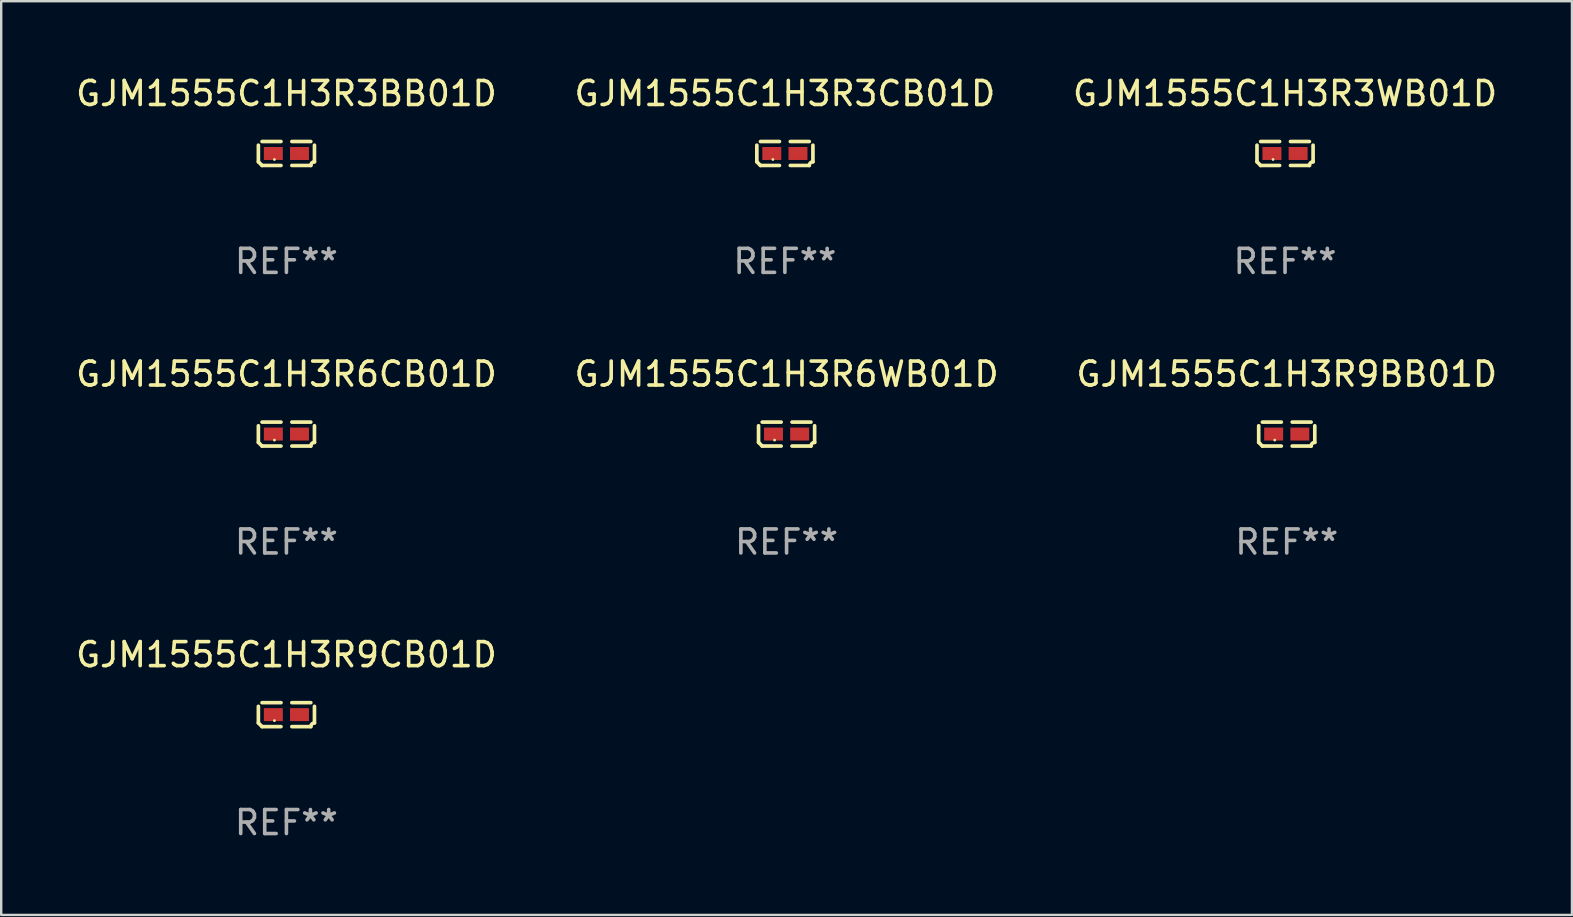
<source format=kicad_pcb>
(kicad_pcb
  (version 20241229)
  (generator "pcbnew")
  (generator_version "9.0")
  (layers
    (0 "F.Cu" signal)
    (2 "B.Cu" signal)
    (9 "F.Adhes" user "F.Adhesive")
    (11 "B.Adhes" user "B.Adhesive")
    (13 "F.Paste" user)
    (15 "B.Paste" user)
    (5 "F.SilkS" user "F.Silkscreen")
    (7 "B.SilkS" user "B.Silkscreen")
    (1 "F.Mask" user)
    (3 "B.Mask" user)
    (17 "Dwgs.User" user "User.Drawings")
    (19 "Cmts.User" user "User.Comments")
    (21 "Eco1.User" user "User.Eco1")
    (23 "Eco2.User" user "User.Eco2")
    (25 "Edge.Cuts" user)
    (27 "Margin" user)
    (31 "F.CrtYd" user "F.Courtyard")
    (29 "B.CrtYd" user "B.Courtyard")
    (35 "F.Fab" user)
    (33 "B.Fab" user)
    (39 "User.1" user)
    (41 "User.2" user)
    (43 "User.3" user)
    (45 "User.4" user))
  (footprint "GJM1555C1H3R9BB01D"
    (layer "F.Cu")
    (at 50.577 15.041)
    (property "Reference" "GJM1555C1H3R9BB01D" (at 0 -2.499 0) (layer "F.SilkS") (effects (font (size 1 1) (thickness 0.15))))
    (attr through_hole)
    (fp_line (start -1.169 0.346) (end -1.169 -0.346) (stroke (width 0.152) (type solid)) (layer "F.SilkS"))
    (fp_line (start -1.016 -0.499) (end -0.226 -0.499) (stroke (width 0.152) (type solid)) (layer "F.SilkS"))
    (fp_line (start -0.226 0.499) (end -1.016 0.499) (stroke (width 0.152) (type solid)) (layer "F.SilkS"))
    (fp_line (start 0.226 0.499) (end 1.016 0.499) (stroke (width 0.152) (type solid)) (layer "F.SilkS"))
    (fp_line (start 1.016 -0.499) (end 0.226 -0.499) (stroke (width 0.152) (type solid)) (layer "F.SilkS"))
    (fp_line (start 1.169 0.346) (end 1.169 -0.346) (stroke (width 0.152) (type solid)) (layer "F.SilkS"))
    (fp_arc (start -1.016307 0.498603) (mid -1.092512 0.422405) (end -1.16871 0.3462) (stroke (width 0.1524) (type solid)) (layer "F.SilkS"))
    (fp_arc (start 1.016307 0.498603) (mid 1.060899 0.390758) (end 1.168707 0.346076) (stroke (width 0.1524) (type solid)) (layer "F.SilkS"))
    (fp_circle (center -0.5 0.25) (end -0.47 0.25) (stroke (width 0.06) (type solid)) (fill no) (layer "F.SilkS"))
    (fp_text user "REF**" (at 0 4.499 0) (layer "F.Fab") (effects (font (size 1 1) (thickness 0.15))))
    (pad "1" smd rect (at -0.545 0) (size 0.79 0.54) (layers "F.Cu" "F.Mask" "F.Paste"))
    (pad "2" smd rect (at 0.545 0) (size 0.79 0.54) (layers "F.Cu" "F.Mask" "F.Paste")))
  (footprint "GJM1555C1H3R3CB01D"
    (layer "F.Cu")
    (at 29.661 3.347)
    (property "Reference" "GJM1555C1H3R3CB01D" (at 0 -2.499 0) (layer "F.SilkS") (effects (font (size 1 1) (thickness 0.15))))
    (attr through_hole)
    (fp_line (start -1.169 0.346) (end -1.169 -0.346) (stroke (width 0.152) (type solid)) (layer "F.SilkS"))
    (fp_line (start -1.016 -0.499) (end -0.226 -0.499) (stroke (width 0.152) (type solid)) (layer "F.SilkS"))
    (fp_line (start -0.226 0.499) (end -1.016 0.499) (stroke (width 0.152) (type solid)) (layer "F.SilkS"))
    (fp_line (start 0.226 0.499) (end 1.016 0.499) (stroke (width 0.152) (type solid)) (layer "F.SilkS"))
    (fp_line (start 1.016 -0.499) (end 0.226 -0.499) (stroke (width 0.152) (type solid)) (layer "F.SilkS"))
    (fp_line (start 1.169 0.346) (end 1.169 -0.346) (stroke (width 0.152) (type solid)) (layer "F.SilkS"))
    (fp_arc (start -1.016307 0.498603) (mid -1.092512 0.422405) (end -1.16871 0.3462) (stroke (width 0.1524) (type solid)) (layer "F.SilkS"))
    (fp_arc (start 1.016307 0.498603) (mid 1.060899 0.390758) (end 1.168707 0.346076) (stroke (width 0.1524) (type solid)) (layer "F.SilkS"))
    (fp_circle (center -0.5 0.25) (end -0.47 0.25) (stroke (width 0.06) (type solid)) (fill no) (layer "F.SilkS"))
    (fp_text user "REF**" (at 0 4.499 0) (layer "F.Fab") (effects (font (size 1 1) (thickness 0.15))))
    (pad "1" smd rect (at -0.545 0) (size 0.79 0.54) (layers "F.Cu" "F.Mask" "F.Paste"))
    (pad "2" smd rect (at 0.545 0) (size 0.79 0.54) (layers "F.Cu" "F.Mask" "F.Paste")))
  (footprint "GJM1555C1H3R3WB01D"
    (layer "F.Cu")
    (at 50.506 3.347)
    (property "Reference" "GJM1555C1H3R3WB01D" (at 0 -2.499 0) (layer "F.SilkS") (effects (font (size 1 1) (thickness 0.15))))
    (attr through_hole)
    (fp_line (start -1.169 0.346) (end -1.169 -0.346) (stroke (width 0.152) (type solid)) (layer "F.SilkS"))
    (fp_line (start -1.016 -0.499) (end -0.226 -0.499) (stroke (width 0.152) (type solid)) (layer "F.SilkS"))
    (fp_line (start -0.226 0.499) (end -1.016 0.499) (stroke (width 0.152) (type solid)) (layer "F.SilkS"))
    (fp_line (start 0.226 0.499) (end 1.016 0.499) (stroke (width 0.152) (type solid)) (layer "F.SilkS"))
    (fp_line (start 1.016 -0.499) (end 0.226 -0.499) (stroke (width 0.152) (type solid)) (layer "F.SilkS"))
    (fp_line (start 1.169 0.346) (end 1.169 -0.346) (stroke (width 0.152) (type solid)) (layer "F.SilkS"))
    (fp_arc (start -1.016307 0.498603) (mid -1.092512 0.422405) (end -1.16871 0.3462) (stroke (width 0.1524) (type solid)) (layer "F.SilkS"))
    (fp_arc (start 1.016307 0.498603) (mid 1.060899 0.390758) (end 1.168707 0.346076) (stroke (width 0.1524) (type solid)) (layer "F.SilkS"))
    (fp_circle (center -0.5 0.25) (end -0.47 0.25) (stroke (width 0.06) (type solid)) (fill no) (layer "F.SilkS"))
    (fp_text user "REF**" (at 0 4.499 0) (layer "F.Fab") (effects (font (size 1 1) (thickness 0.15))))
    (pad "1" smd rect (at -0.545 0) (size 0.79 0.54) (layers "F.Cu" "F.Mask" "F.Paste"))
    (pad "2" smd rect (at 0.545 0) (size 0.79 0.54) (layers "F.Cu" "F.Mask" "F.Paste")))
  (footprint "GJM1555C1H3R3BB01D"
    (layer "F.Cu")
    (at 8.887 3.347)
    (property "Reference" "GJM1555C1H3R3BB01D" (at 0 -2.499 0) (layer "F.SilkS") (effects (font (size 1 1) (thickness 0.15))))
    (attr through_hole)
    (fp_line (start -1.169 0.346) (end -1.169 -0.346) (stroke (width 0.152) (type solid)) (layer "F.SilkS"))
    (fp_line (start -1.016 -0.499) (end -0.226 -0.499) (stroke (width 0.152) (type solid)) (layer "F.SilkS"))
    (fp_line (start -0.226 0.499) (end -1.016 0.499) (stroke (width 0.152) (type solid)) (layer "F.SilkS"))
    (fp_line (start 0.226 0.499) (end 1.016 0.499) (stroke (width 0.152) (type solid)) (layer "F.SilkS"))
    (fp_line (start 1.016 -0.499) (end 0.226 -0.499) (stroke (width 0.152) (type solid)) (layer "F.SilkS"))
    (fp_line (start 1.169 0.346) (end 1.169 -0.346) (stroke (width 0.152) (type solid)) (layer "F.SilkS"))
    (fp_arc (start -1.016307 0.498603) (mid -1.092512 0.422405) (end -1.16871 0.3462) (stroke (width 0.1524) (type solid)) (layer "F.SilkS"))
    (fp_arc (start 1.016307 0.498603) (mid 1.060899 0.390758) (end 1.168707 0.346076) (stroke (width 0.1524) (type solid)) (layer "F.SilkS"))
    (fp_circle (center -0.5 0.25) (end -0.47 0.25) (stroke (width 0.06) (type solid)) (fill no) (layer "F.SilkS"))
    (fp_text user "REF**" (at 0 4.499 0) (layer "F.Fab") (effects (font (size 1 1) (thickness 0.15))))
    (pad "1" smd rect (at -0.545 0) (size 0.79 0.54) (layers "F.Cu" "F.Mask" "F.Paste"))
    (pad "2" smd rect (at 0.545 0) (size 0.79 0.54) (layers "F.Cu" "F.Mask" "F.Paste")))
  (footprint "GJM1555C1H3R6CB01D"
    (layer "F.Cu")
    (at 8.887 15.041)
    (property "Reference" "GJM1555C1H3R6CB01D" (at 0 -2.499 0) (layer "F.SilkS") (effects (font (size 1 1) (thickness 0.15))))
    (attr through_hole)
    (fp_line (start -1.169 0.346) (end -1.169 -0.346) (stroke (width 0.152) (type solid)) (layer "F.SilkS"))
    (fp_line (start -1.016 -0.499) (end -0.226 -0.499) (stroke (width 0.152) (type solid)) (layer "F.SilkS"))
    (fp_line (start -0.226 0.499) (end -1.016 0.499) (stroke (width 0.152) (type solid)) (layer "F.SilkS"))
    (fp_line (start 0.226 0.499) (end 1.016 0.499) (stroke (width 0.152) (type solid)) (layer "F.SilkS"))
    (fp_line (start 1.016 -0.499) (end 0.226 -0.499) (stroke (width 0.152) (type solid)) (layer "F.SilkS"))
    (fp_line (start 1.169 0.346) (end 1.169 -0.346) (stroke (width 0.152) (type solid)) (layer "F.SilkS"))
    (fp_arc (start -1.016307 0.498603) (mid -1.092512 0.422405) (end -1.16871 0.3462) (stroke (width 0.1524) (type solid)) (layer "F.SilkS"))
    (fp_arc (start 1.016307 0.498603) (mid 1.060899 0.390758) (end 1.168707 0.346076) (stroke (width 0.1524) (type solid)) (layer "F.SilkS"))
    (fp_circle (center -0.5 0.25) (end -0.47 0.25) (stroke (width 0.06) (type solid)) (fill no) (layer "F.SilkS"))
    (fp_text user "REF**" (at 0 4.499 0) (layer "F.Fab") (effects (font (size 1 1) (thickness 0.15))))
    (pad "1" smd rect (at -0.545 0) (size 0.79 0.54) (layers "F.Cu" "F.Mask" "F.Paste"))
    (pad "2" smd rect (at 0.545 0) (size 0.79 0.54) (layers "F.Cu" "F.Mask" "F.Paste")))
  (footprint "GJM1555C1H3R6WB01D"
    (layer "F.Cu")
    (at 29.732 15.041)
    (property "Reference" "GJM1555C1H3R6WB01D" (at 0 -2.499 0) (layer "F.SilkS") (effects (font (size 1 1) (thickness 0.15))))
    (attr through_hole)
    (fp_line (start -1.169 0.346) (end -1.169 -0.346) (stroke (width 0.152) (type solid)) (layer "F.SilkS"))
    (fp_line (start -1.016 -0.499) (end -0.226 -0.499) (stroke (width 0.152) (type solid)) (layer "F.SilkS"))
    (fp_line (start -0.226 0.499) (end -1.016 0.499) (stroke (width 0.152) (type solid)) (layer "F.SilkS"))
    (fp_line (start 0.226 0.499) (end 1.016 0.499) (stroke (width 0.152) (type solid)) (layer "F.SilkS"))
    (fp_line (start 1.016 -0.499) (end 0.226 -0.499) (stroke (width 0.152) (type solid)) (layer "F.SilkS"))
    (fp_line (start 1.169 0.346) (end 1.169 -0.346) (stroke (width 0.152) (type solid)) (layer "F.SilkS"))
    (fp_arc (start -1.016307 0.498603) (mid -1.092512 0.422405) (end -1.16871 0.3462) (stroke (width 0.1524) (type solid)) (layer "F.SilkS"))
    (fp_arc (start 1.016307 0.498603) (mid 1.060899 0.390758) (end 1.168707 0.346076) (stroke (width 0.1524) (type solid)) (layer "F.SilkS"))
    (fp_circle (center -0.5 0.25) (end -0.47 0.25) (stroke (width 0.06) (type solid)) (fill no) (layer "F.SilkS"))
    (fp_text user "REF**" (at 0 4.499 0) (layer "F.Fab") (effects (font (size 1 1) (thickness 0.15))))
    (pad "1" smd rect (at -0.545 0) (size 0.79 0.54) (layers "F.Cu" "F.Mask" "F.Paste"))
    (pad "2" smd rect (at 0.545 0) (size 0.79 0.54) (layers "F.Cu" "F.Mask" "F.Paste")))
  (footprint "GJM1555C1H3R9CB01D"
    (layer "F.Cu")
    (at 8.887 26.734)
    (property "Reference" "GJM1555C1H3R9CB01D" (at 0 -2.499 0) (layer "F.SilkS") (effects (font (size 1 1) (thickness 0.15))))
    (attr through_hole)
    (fp_line (start -1.169 0.346) (end -1.169 -0.346) (stroke (width 0.152) (type solid)) (layer "F.SilkS"))
    (fp_line (start -1.016 -0.499) (end -0.226 -0.499) (stroke (width 0.152) (type solid)) (layer "F.SilkS"))
    (fp_line (start -0.226 0.499) (end -1.016 0.499) (stroke (width 0.152) (type solid)) (layer "F.SilkS"))
    (fp_line (start 0.226 0.499) (end 1.016 0.499) (stroke (width 0.152) (type solid)) (layer "F.SilkS"))
    (fp_line (start 1.016 -0.499) (end 0.226 -0.499) (stroke (width 0.152) (type solid)) (layer "F.SilkS"))
    (fp_line (start 1.169 0.346) (end 1.169 -0.346) (stroke (width 0.152) (type solid)) (layer "F.SilkS"))
    (fp_arc (start -1.016307 0.498603) (mid -1.092512 0.422405) (end -1.16871 0.3462) (stroke (width 0.1524) (type solid)) (layer "F.SilkS"))
    (fp_arc (start 1.016307 0.498603) (mid 1.060899 0.390758) (end 1.168707 0.346076) (stroke (width 0.1524) (type solid)) (layer "F.SilkS"))
    (fp_circle (center -0.5 0.25) (end -0.47 0.25) (stroke (width 0.06) (type solid)) (fill no) (layer "F.SilkS"))
    (fp_text user "REF**" (at 0 4.499 0) (layer "F.Fab") (effects (font (size 1 1) (thickness 0.15))))
    (pad "1" smd rect (at -0.545 0) (size 0.79 0.54) (layers "F.Cu" "F.Mask" "F.Paste"))
    (pad "2" smd rect (at 0.545 0) (size 0.79 0.54) (layers "F.Cu" "F.Mask" "F.Paste")))
  (gr_rect
    (start -3 -3)
    (end 62.464 35.081)
    (stroke (width 0.1) (type default))
    (fill no)
    (layer "Edge.Cuts")))
</source>
